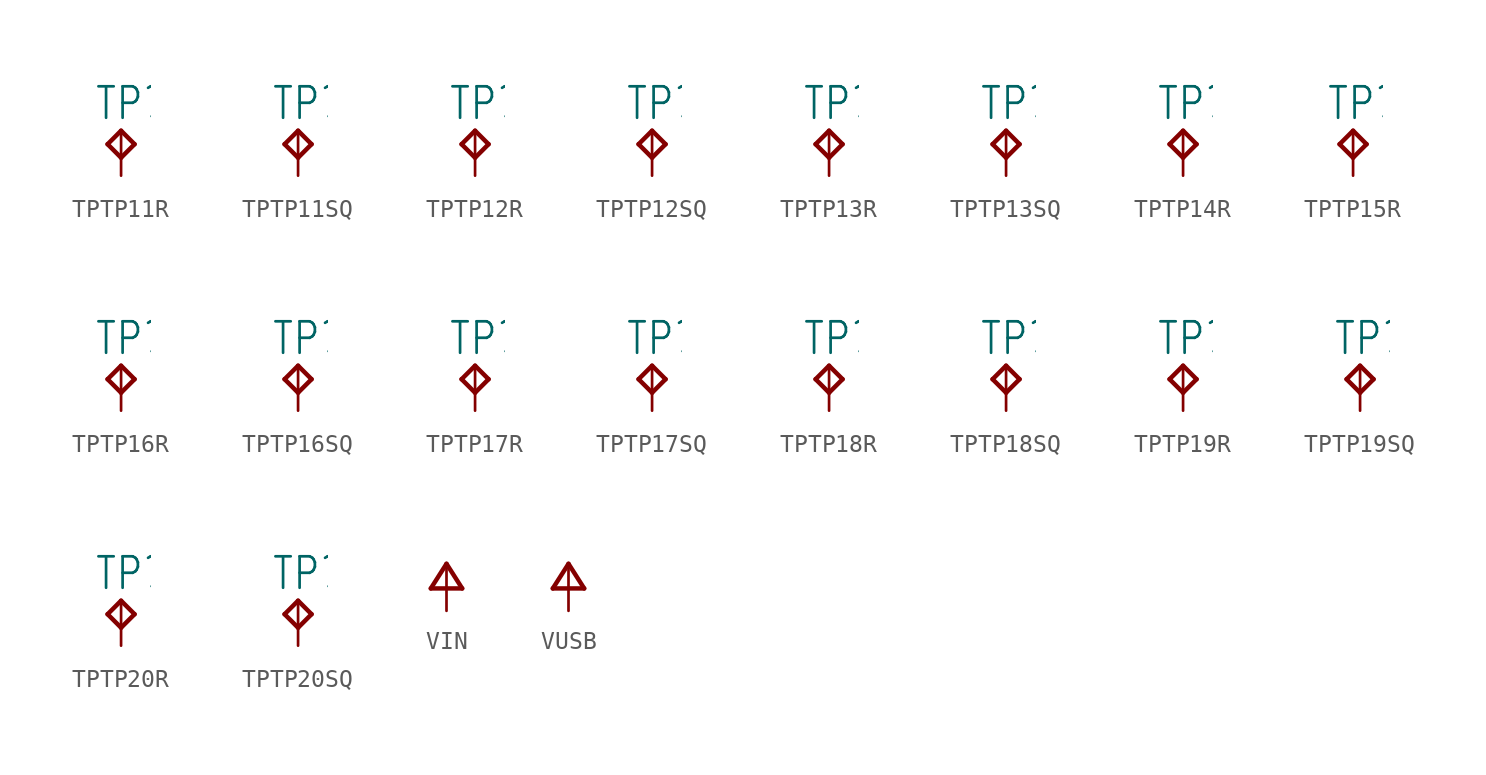
<source format=kicad_sym>
(kicad_symbol_lib
  (version 20231120)
  (generator "kicad_symbol_editor")
  (generator_version "8.0")
  (symbol "TPTP11R"
    (property "Reference" "TP"
      (at -1.524 0.508 0)
      (effects (font (size 1.778 1.511)) (justify left bottom)))
    (property "ki_locked" ""
      (at 0 0 0)
      (effects (font (size 1.27 1.27))))
    (symbol "TPTP11R_1_0"
      (polyline (pts (xy -0.762 -0.762) (xy 0 0)) (stroke (width 0.254) (type solid)) (fill (type none)))
      (polyline (pts (xy 0 -1.524) (xy -0.762 -0.762)) (stroke (width 0.254) (type solid)) (fill (type none)))
      (polyline (pts (xy 0 0) (xy 0.762 -0.762)) (stroke (width 0.254) (type solid)) (fill (type none)))
      (polyline (pts (xy 0.762 -0.762) (xy 0 -1.524)) (stroke (width 0.254) (type solid)) (fill (type none)))
      (pin input line (at 0 -2.54 90) (length 2.54) (name "TP" (effects (font (size 0 0)))) (number "TP" (effects (font (size 0 0)))))))
  (symbol "TPTP11SQ"
    (property "Reference" "TP"
      (at -1.524 0.508 0)
      (effects (font (size 1.778 1.511)) (justify left bottom)))
    (property "ki_locked" ""
      (at 0 0 0)
      (effects (font (size 1.27 1.27))))
    (symbol "TPTP11SQ_1_0"
      (polyline (pts (xy -0.762 -0.762) (xy 0 0)) (stroke (width 0.254) (type solid)) (fill (type none)))
      (polyline (pts (xy 0 -1.524) (xy -0.762 -0.762)) (stroke (width 0.254) (type solid)) (fill (type none)))
      (polyline (pts (xy 0 0) (xy 0.762 -0.762)) (stroke (width 0.254) (type solid)) (fill (type none)))
      (polyline (pts (xy 0.762 -0.762) (xy 0 -1.524)) (stroke (width 0.254) (type solid)) (fill (type none)))
      (pin input line (at 0 -2.54 90) (length 2.54) (name "TP" (effects (font (size 0 0)))) (number "TP" (effects (font (size 0 0)))))))
  (symbol "TPTP12R"
    (property "Reference" "TP"
      (at -1.524 0.508 0)
      (effects (font (size 1.778 1.511)) (justify left bottom)))
    (property "ki_locked" ""
      (at 0 0 0)
      (effects (font (size 1.27 1.27))))
    (symbol "TPTP12R_1_0"
      (polyline (pts (xy -0.762 -0.762) (xy 0 0)) (stroke (width 0.254) (type solid)) (fill (type none)))
      (polyline (pts (xy 0 -1.524) (xy -0.762 -0.762)) (stroke (width 0.254) (type solid)) (fill (type none)))
      (polyline (pts (xy 0 0) (xy 0.762 -0.762)) (stroke (width 0.254) (type solid)) (fill (type none)))
      (polyline (pts (xy 0.762 -0.762) (xy 0 -1.524)) (stroke (width 0.254) (type solid)) (fill (type none)))
      (pin input line (at 0 -2.54 90) (length 2.54) (name "TP" (effects (font (size 0 0)))) (number "TP" (effects (font (size 0 0)))))))
  (symbol "TPTP12SQ"
    (property "Reference" "TP"
      (at -1.524 0.508 0)
      (effects (font (size 1.778 1.511)) (justify left bottom)))
    (property "ki_locked" ""
      (at 0 0 0)
      (effects (font (size 1.27 1.27))))
    (symbol "TPTP12SQ_1_0"
      (polyline (pts (xy -0.762 -0.762) (xy 0 0)) (stroke (width 0.254) (type solid)) (fill (type none)))
      (polyline (pts (xy 0 -1.524) (xy -0.762 -0.762)) (stroke (width 0.254) (type solid)) (fill (type none)))
      (polyline (pts (xy 0 0) (xy 0.762 -0.762)) (stroke (width 0.254) (type solid)) (fill (type none)))
      (polyline (pts (xy 0.762 -0.762) (xy 0 -1.524)) (stroke (width 0.254) (type solid)) (fill (type none)))
      (pin input line (at 0 -2.54 90) (length 2.54) (name "TP" (effects (font (size 0 0)))) (number "TP" (effects (font (size 0 0)))))))
  (symbol "TPTP13R"
    (property "Reference" "TP"
      (at -1.524 0.508 0)
      (effects (font (size 1.778 1.511)) (justify left bottom)))
    (property "ki_locked" ""
      (at 0 0 0)
      (effects (font (size 1.27 1.27))))
    (symbol "TPTP13R_1_0"
      (polyline (pts (xy -0.762 -0.762) (xy 0 0)) (stroke (width 0.254) (type solid)) (fill (type none)))
      (polyline (pts (xy 0 -1.524) (xy -0.762 -0.762)) (stroke (width 0.254) (type solid)) (fill (type none)))
      (polyline (pts (xy 0 0) (xy 0.762 -0.762)) (stroke (width 0.254) (type solid)) (fill (type none)))
      (polyline (pts (xy 0.762 -0.762) (xy 0 -1.524)) (stroke (width 0.254) (type solid)) (fill (type none)))
      (pin input line (at 0 -2.54 90) (length 2.54) (name "TP" (effects (font (size 0 0)))) (number "TP" (effects (font (size 0 0)))))))
  (symbol "TPTP13SQ"
    (property "Reference" "TP"
      (at -1.524 0.508 0)
      (effects (font (size 1.778 1.511)) (justify left bottom)))
    (property "ki_locked" ""
      (at 0 0 0)
      (effects (font (size 1.27 1.27))))
    (symbol "TPTP13SQ_1_0"
      (polyline (pts (xy -0.762 -0.762) (xy 0 0)) (stroke (width 0.254) (type solid)) (fill (type none)))
      (polyline (pts (xy 0 -1.524) (xy -0.762 -0.762)) (stroke (width 0.254) (type solid)) (fill (type none)))
      (polyline (pts (xy 0 0) (xy 0.762 -0.762)) (stroke (width 0.254) (type solid)) (fill (type none)))
      (polyline (pts (xy 0.762 -0.762) (xy 0 -1.524)) (stroke (width 0.254) (type solid)) (fill (type none)))
      (pin input line (at 0 -2.54 90) (length 2.54) (name "TP" (effects (font (size 0 0)))) (number "TP" (effects (font (size 0 0)))))))
  (symbol "TPTP14R"
    (property "Reference" "TP"
      (at -1.524 0.508 0)
      (effects (font (size 1.778 1.511)) (justify left bottom)))
    (property "ki_locked" ""
      (at 0 0 0)
      (effects (font (size 1.27 1.27))))
    (symbol "TPTP14R_1_0"
      (polyline (pts (xy -0.762 -0.762) (xy 0 0)) (stroke (width 0.254) (type solid)) (fill (type none)))
      (polyline (pts (xy 0 -1.524) (xy -0.762 -0.762)) (stroke (width 0.254) (type solid)) (fill (type none)))
      (polyline (pts (xy 0 0) (xy 0.762 -0.762)) (stroke (width 0.254) (type solid)) (fill (type none)))
      (polyline (pts (xy 0.762 -0.762) (xy 0 -1.524)) (stroke (width 0.254) (type solid)) (fill (type none)))
      (pin input line (at 0 -2.54 90) (length 2.54) (name "TP" (effects (font (size 0 0)))) (number "TP" (effects (font (size 0 0)))))))
  (symbol "TPTP15R"
    (property "Reference" "TP"
      (at -1.524 0.508 0)
      (effects (font (size 1.778 1.511)) (justify left bottom)))
    (property "ki_locked" ""
      (at 0 0 0)
      (effects (font (size 1.27 1.27))))
    (symbol "TPTP15R_1_0"
      (polyline (pts (xy -0.762 -0.762) (xy 0 0)) (stroke (width 0.254) (type solid)) (fill (type none)))
      (polyline (pts (xy 0 -1.524) (xy -0.762 -0.762)) (stroke (width 0.254) (type solid)) (fill (type none)))
      (polyline (pts (xy 0 0) (xy 0.762 -0.762)) (stroke (width 0.254) (type solid)) (fill (type none)))
      (polyline (pts (xy 0.762 -0.762) (xy 0 -1.524)) (stroke (width 0.254) (type solid)) (fill (type none)))
      (pin input line (at 0 -2.54 90) (length 2.54) (name "TP" (effects (font (size 0 0)))) (number "TP" (effects (font (size 0 0)))))))
  (symbol "TPTP16R"
    (property "Reference" "TP"
      (at -1.524 0.508 0)
      (effects (font (size 1.778 1.511)) (justify left bottom)))
    (property "ki_locked" ""
      (at 0 0 0)
      (effects (font (size 1.27 1.27))))
    (symbol "TPTP16R_1_0"
      (polyline (pts (xy -0.762 -0.762) (xy 0 0)) (stroke (width 0.254) (type solid)) (fill (type none)))
      (polyline (pts (xy 0 -1.524) (xy -0.762 -0.762)) (stroke (width 0.254) (type solid)) (fill (type none)))
      (polyline (pts (xy 0 0) (xy 0.762 -0.762)) (stroke (width 0.254) (type solid)) (fill (type none)))
      (polyline (pts (xy 0.762 -0.762) (xy 0 -1.524)) (stroke (width 0.254) (type solid)) (fill (type none)))
      (pin input line (at 0 -2.54 90) (length 2.54) (name "TP" (effects (font (size 0 0)))) (number "TP" (effects (font (size 0 0)))))))
  (symbol "TPTP16SQ"
    (property "Reference" "TP"
      (at -1.524 0.508 0)
      (effects (font (size 1.778 1.511)) (justify left bottom)))
    (property "ki_locked" ""
      (at 0 0 0)
      (effects (font (size 1.27 1.27))))
    (symbol "TPTP16SQ_1_0"
      (polyline (pts (xy -0.762 -0.762) (xy 0 0)) (stroke (width 0.254) (type solid)) (fill (type none)))
      (polyline (pts (xy 0 -1.524) (xy -0.762 -0.762)) (stroke (width 0.254) (type solid)) (fill (type none)))
      (polyline (pts (xy 0 0) (xy 0.762 -0.762)) (stroke (width 0.254) (type solid)) (fill (type none)))
      (polyline (pts (xy 0.762 -0.762) (xy 0 -1.524)) (stroke (width 0.254) (type solid)) (fill (type none)))
      (pin input line (at 0 -2.54 90) (length 2.54) (name "TP" (effects (font (size 0 0)))) (number "TP" (effects (font (size 0 0)))))))
  (symbol "TPTP17R"
    (property "Reference" "TP"
      (at -1.524 0.508 0)
      (effects (font (size 1.778 1.511)) (justify left bottom)))
    (property "ki_locked" ""
      (at 0 0 0)
      (effects (font (size 1.27 1.27))))
    (symbol "TPTP17R_1_0"
      (polyline (pts (xy -0.762 -0.762) (xy 0 0)) (stroke (width 0.254) (type solid)) (fill (type none)))
      (polyline (pts (xy 0 -1.524) (xy -0.762 -0.762)) (stroke (width 0.254) (type solid)) (fill (type none)))
      (polyline (pts (xy 0 0) (xy 0.762 -0.762)) (stroke (width 0.254) (type solid)) (fill (type none)))
      (polyline (pts (xy 0.762 -0.762) (xy 0 -1.524)) (stroke (width 0.254) (type solid)) (fill (type none)))
      (pin input line (at 0 -2.54 90) (length 2.54) (name "TP" (effects (font (size 0 0)))) (number "TP" (effects (font (size 0 0)))))))
  (symbol "TPTP17SQ"
    (property "Reference" "TP"
      (at -1.524 0.508 0)
      (effects (font (size 1.778 1.511)) (justify left bottom)))
    (property "ki_locked" ""
      (at 0 0 0)
      (effects (font (size 1.27 1.27))))
    (symbol "TPTP17SQ_1_0"
      (polyline (pts (xy -0.762 -0.762) (xy 0 0)) (stroke (width 0.254) (type solid)) (fill (type none)))
      (polyline (pts (xy 0 -1.524) (xy -0.762 -0.762)) (stroke (width 0.254) (type solid)) (fill (type none)))
      (polyline (pts (xy 0 0) (xy 0.762 -0.762)) (stroke (width 0.254) (type solid)) (fill (type none)))
      (polyline (pts (xy 0.762 -0.762) (xy 0 -1.524)) (stroke (width 0.254) (type solid)) (fill (type none)))
      (pin input line (at 0 -2.54 90) (length 2.54) (name "TP" (effects (font (size 0 0)))) (number "TP" (effects (font (size 0 0)))))))
  (symbol "TPTP18R"
    (property "Reference" "TP"
      (at -1.524 0.508 0)
      (effects (font (size 1.778 1.511)) (justify left bottom)))
    (property "ki_locked" ""
      (at 0 0 0)
      (effects (font (size 1.27 1.27))))
    (symbol "TPTP18R_1_0"
      (polyline (pts (xy -0.762 -0.762) (xy 0 0)) (stroke (width 0.254) (type solid)) (fill (type none)))
      (polyline (pts (xy 0 -1.524) (xy -0.762 -0.762)) (stroke (width 0.254) (type solid)) (fill (type none)))
      (polyline (pts (xy 0 0) (xy 0.762 -0.762)) (stroke (width 0.254) (type solid)) (fill (type none)))
      (polyline (pts (xy 0.762 -0.762) (xy 0 -1.524)) (stroke (width 0.254) (type solid)) (fill (type none)))
      (pin input line (at 0 -2.54 90) (length 2.54) (name "TP" (effects (font (size 0 0)))) (number "TP" (effects (font (size 0 0)))))))
  (symbol "TPTP18SQ"
    (property "Reference" "TP"
      (at -1.524 0.508 0)
      (effects (font (size 1.778 1.511)) (justify left bottom)))
    (property "ki_locked" ""
      (at 0 0 0)
      (effects (font (size 1.27 1.27))))
    (symbol "TPTP18SQ_1_0"
      (polyline (pts (xy -0.762 -0.762) (xy 0 0)) (stroke (width 0.254) (type solid)) (fill (type none)))
      (polyline (pts (xy 0 -1.524) (xy -0.762 -0.762)) (stroke (width 0.254) (type solid)) (fill (type none)))
      (polyline (pts (xy 0 0) (xy 0.762 -0.762)) (stroke (width 0.254) (type solid)) (fill (type none)))
      (polyline (pts (xy 0.762 -0.762) (xy 0 -1.524)) (stroke (width 0.254) (type solid)) (fill (type none)))
      (pin input line (at 0 -2.54 90) (length 2.54) (name "TP" (effects (font (size 0 0)))) (number "TP" (effects (font (size 0 0)))))))
  (symbol "TPTP19R"
    (property "Reference" "TP"
      (at -1.524 0.508 0)
      (effects (font (size 1.778 1.511)) (justify left bottom)))
    (property "ki_locked" ""
      (at 0 0 0)
      (effects (font (size 1.27 1.27))))
    (symbol "TPTP19R_1_0"
      (polyline (pts (xy -0.762 -0.762) (xy 0 0)) (stroke (width 0.254) (type solid)) (fill (type none)))
      (polyline (pts (xy 0 -1.524) (xy -0.762 -0.762)) (stroke (width 0.254) (type solid)) (fill (type none)))
      (polyline (pts (xy 0 0) (xy 0.762 -0.762)) (stroke (width 0.254) (type solid)) (fill (type none)))
      (polyline (pts (xy 0.762 -0.762) (xy 0 -1.524)) (stroke (width 0.254) (type solid)) (fill (type none)))
      (pin input line (at 0 -2.54 90) (length 2.54) (name "TP" (effects (font (size 0 0)))) (number "TP" (effects (font (size 0 0)))))))
  (symbol "TPTP19SQ"
    (property "Reference" "TP"
      (at -1.524 0.508 0)
      (effects (font (size 1.778 1.511)) (justify left bottom)))
    (property "ki_locked" ""
      (at 0 0 0)
      (effects (font (size 1.27 1.27))))
    (symbol "TPTP19SQ_1_0"
      (polyline (pts (xy -0.762 -0.762) (xy 0 0)) (stroke (width 0.254) (type solid)) (fill (type none)))
      (polyline (pts (xy 0 -1.524) (xy -0.762 -0.762)) (stroke (width 0.254) (type solid)) (fill (type none)))
      (polyline (pts (xy 0 0) (xy 0.762 -0.762)) (stroke (width 0.254) (type solid)) (fill (type none)))
      (polyline (pts (xy 0.762 -0.762) (xy 0 -1.524)) (stroke (width 0.254) (type solid)) (fill (type none)))
      (pin input line (at 0 -2.54 90) (length 2.54) (name "TP" (effects (font (size 0 0)))) (number "TP" (effects (font (size 0 0)))))))
  (symbol "TPTP20R"
    (property "Reference" "TP"
      (at -1.524 0.508 0)
      (effects (font (size 1.778 1.511)) (justify left bottom)))
    (property "ki_locked" ""
      (at 0 0 0)
      (effects (font (size 1.27 1.27))))
    (symbol "TPTP20R_1_0"
      (polyline (pts (xy -0.762 -0.762) (xy 0 0)) (stroke (width 0.254) (type solid)) (fill (type none)))
      (polyline (pts (xy 0 -1.524) (xy -0.762 -0.762)) (stroke (width 0.254) (type solid)) (fill (type none)))
      (polyline (pts (xy 0 0) (xy 0.762 -0.762)) (stroke (width 0.254) (type solid)) (fill (type none)))
      (polyline (pts (xy 0.762 -0.762) (xy 0 -1.524)) (stroke (width 0.254) (type solid)) (fill (type none)))
      (pin input line (at 0 -2.54 90) (length 2.54) (name "TP" (effects (font (size 0 0)))) (number "TP" (effects (font (size 0 0)))))))
  (symbol "TPTP20SQ"
    (property "Reference" "TP"
      (at -1.524 0.508 0)
      (effects (font (size 1.778 1.511)) (justify left bottom)))
    (property "ki_locked" ""
      (at 0 0 0)
      (effects (font (size 1.27 1.27))))
    (symbol "TPTP20SQ_1_0"
      (polyline (pts (xy -0.762 -0.762) (xy 0 0)) (stroke (width 0.254) (type solid)) (fill (type none)))
      (polyline (pts (xy 0 -1.524) (xy -0.762 -0.762)) (stroke (width 0.254) (type solid)) (fill (type none)))
      (polyline (pts (xy 0 0) (xy 0.762 -0.762)) (stroke (width 0.254) (type solid)) (fill (type none)))
      (polyline (pts (xy 0.762 -0.762) (xy 0 -1.524)) (stroke (width 0.254) (type solid)) (fill (type none)))
      (pin input line (at 0 -2.54 90) (length 2.54) (name "TP" (effects (font (size 0 0)))) (number "TP" (effects (font (size 0 0)))))))
  (symbol "VIN"
    (power)
    (property "Reference" ""
      (at 0 0 0)
      (effects (font (size 1.27 1.27)) (hide yes)))
    (property "Value" ""
      (at 0 0.508 0)
      (effects (font (size 1.778 1.511)) (justify bottom)))
    (property "ki_locked" ""
      (at 0 0 0)
      (effects (font (size 1.27 1.27))))
    (symbol "VIN_1_0"
      (polyline (pts (xy -0.889 -1.27) (xy 0.889 -1.27)) (stroke (width 0.254) (type solid)) (fill (type none)))
      (polyline (pts (xy 0 0.127) (xy -0.889 -1.27)) (stroke (width 0.254) (type solid)) (fill (type none)))
      (polyline (pts (xy 0.889 -1.27) (xy 0 0.127)) (stroke (width 0.254) (type solid)) (fill (type none)))
      (pin power_in line (at 0 -2.54 90) (length 2.54) (name "VIN" (effects (font (size 0 0)))) (number "1" (effects (font (size 0 0)))))))
  (symbol "VUSB"
    (power)
    (property "Reference" ""
      (at 0 0 0)
      (effects (font (size 1.27 1.27)) (hide yes)))
    (property "Value" ""
      (at 0 0.508 0)
      (effects (font (size 1.778 1.511)) (justify bottom)))
    (property "ki_locked" ""
      (at 0 0 0)
      (effects (font (size 1.27 1.27))))
    (symbol "VUSB_1_0"
      (polyline (pts (xy -0.889 -1.27) (xy 0.889 -1.27)) (stroke (width 0.254) (type solid)) (fill (type none)))
      (polyline (pts (xy 0 0.127) (xy -0.889 -1.27)) (stroke (width 0.254) (type solid)) (fill (type none)))
      (polyline (pts (xy 0.889 -1.27) (xy 0 0.127)) (stroke (width 0.254) (type solid)) (fill (type none)))
      (pin power_in line (at 0 -2.54 90) (length 2.54) (name "VUSB" (effects (font (size 0 0)))) (number "1" (effects (font (size 0 0))))))))
</source>
